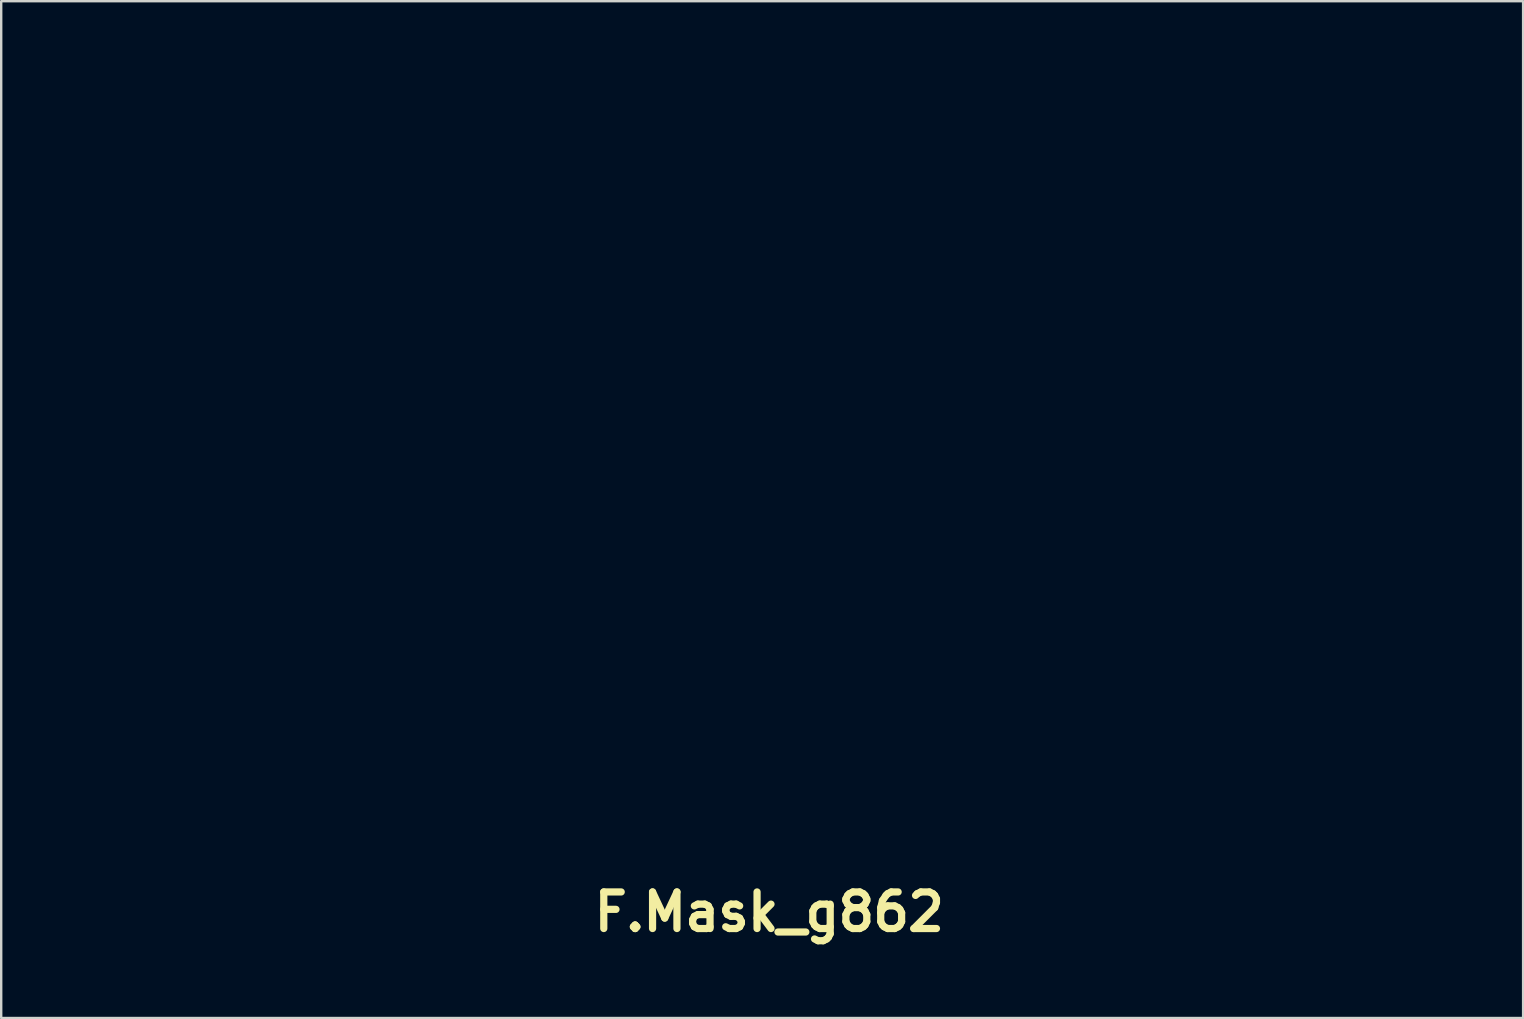
<source format=kicad_pcb>
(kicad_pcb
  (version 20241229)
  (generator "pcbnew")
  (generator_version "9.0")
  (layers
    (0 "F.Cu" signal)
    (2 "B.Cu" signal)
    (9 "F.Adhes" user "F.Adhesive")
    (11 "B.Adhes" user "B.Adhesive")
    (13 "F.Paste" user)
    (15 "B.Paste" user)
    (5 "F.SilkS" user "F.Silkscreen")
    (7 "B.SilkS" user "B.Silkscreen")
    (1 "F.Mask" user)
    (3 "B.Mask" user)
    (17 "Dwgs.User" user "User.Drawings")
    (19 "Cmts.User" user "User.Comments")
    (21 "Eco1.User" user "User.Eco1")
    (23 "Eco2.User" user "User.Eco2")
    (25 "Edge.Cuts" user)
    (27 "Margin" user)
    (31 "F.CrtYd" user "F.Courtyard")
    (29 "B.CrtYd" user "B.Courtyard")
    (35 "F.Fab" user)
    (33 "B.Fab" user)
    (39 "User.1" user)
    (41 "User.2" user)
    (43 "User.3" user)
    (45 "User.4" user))
  (footprint "F.Mask_g862"
    (layer "F.Cu")
    (at 29.002 34.949)
    (property "Reference" "F.Mask_g862" (at 0 0 0) (layer "F.SilkS") (effects (font (size 1.524 1.524) (thickness 0.3))))
    (attr through_hole)
    (fp_poly (pts (xy -8.072 -34.923) (xy -8.054 -34.864) (xy -8.025 -34.77) (xy -7.987 -34.644) (xy -7.939 -34.487) (xy -7.884 -34.303) (xy -7.821 -34.095) (xy -7.752 -33.865) (xy -7.677 -33.616) (xy -7.598 -33.351) (xy -7.514 -33.071) (xy -7.441 -32.83) (xy -7.355 -32.541) (xy -7.272 -32.264) (xy -7.193 -32.001) (xy -7.119 -31.755) (xy -7.051 -31.529) (xy -6.99 -31.325) (xy -6.936 -31.146) (xy -6.89 -30.994) (xy -6.854 -30.873) (xy -6.827 -30.785) (xy -6.811 -30.732) (xy -6.806 -30.718) (xy -6.785 -30.722) (xy -6.727 -30.738) (xy -6.635 -30.763) (xy -6.512 -30.796) (xy -6.362 -30.838) (xy -6.187 -30.886) (xy -5.991 -30.94) (xy -5.778 -30.999) (xy -5.55 -31.062) (xy -5.311 -31.129) (xy -5.064 -31.197) (xy -4.813 -31.267) (xy -4.561 -31.337) (xy -4.31 -31.407) (xy -4.065 -31.475) (xy -3.829 -31.541) (xy -3.605 -31.604) (xy -3.396 -31.662) (xy -3.206 -31.716) (xy -3.037 -31.763) (xy -2.894 -31.804) (xy -2.779 -31.836) (xy -2.696 -31.86) (xy -2.648 -31.874) (xy -2.641 -31.877) (xy -2.599 -31.886) (xy -2.582 -31.881) (xy -2.596 -31.864) (xy -2.637 -31.817) (xy -2.703 -31.744) (xy -2.793 -31.646) (xy -2.903 -31.525) (xy -3.033 -31.383) (xy -3.181 -31.223) (xy -3.344 -31.045) (xy -3.521 -30.853) (xy -3.71 -30.648) (xy -3.909 -30.433) (xy -4.109 -30.217) (xy -5.635 -28.569) (xy -3.955 -26.887) (xy -3.688 -26.619) (xy -3.449 -26.379) (xy -3.238 -26.167) (xy -3.052 -25.98) (xy -2.892 -25.817) (xy -2.755 -25.677) (xy -2.639 -25.559) (xy -2.545 -25.461) (xy -2.469 -25.382) (xy -2.412 -25.319) (xy -2.372 -25.273) (xy -2.346 -25.241) (xy -2.335 -25.223) (xy -2.336 -25.216) (xy -2.339 -25.216) (xy -2.367 -25.224) (xy -2.434 -25.242) (xy -2.536 -25.271) (xy -2.67 -25.309) (xy -2.834 -25.356) (xy -3.025 -25.411) (xy -3.24 -25.473) (xy -3.477 -25.542) (xy -3.732 -25.616) (xy -4.004 -25.695) (xy -4.289 -25.777) (xy -4.585 -25.864) (xy -4.593 -25.866) (xy -4.889 -25.952) (xy -5.174 -26.035) (xy -5.446 -26.114) (xy -5.701 -26.188) (xy -5.938 -26.256) (xy -6.153 -26.318) (xy -6.343 -26.373) (xy -6.507 -26.421) (xy -6.641 -26.459) (xy -6.742 -26.488) (xy -6.808 -26.506) (xy -6.837 -26.514) (xy -6.837 -26.514) (xy -6.89 -26.524) (xy -7.459 -24.253) (xy -7.535 -23.951) (xy -7.608 -23.66) (xy -7.678 -23.384) (xy -7.743 -23.124) (xy -7.804 -22.884) (xy -7.86 -22.665) (xy -7.91 -22.471) (xy -7.953 -22.305) (xy -7.988 -22.169) (xy -8.015 -22.065) (xy -8.034 -21.996) (xy -8.043 -21.966) (xy -8.044 -21.964) (xy -8.06 -21.968) (xy -8.072 -21.996) (xy -8.085 -22.043) (xy -8.108 -22.126) (xy -8.14 -22.241) (xy -8.18 -22.386) (xy -8.227 -22.555) (xy -8.281 -22.748) (xy -8.341 -22.96) (xy -8.405 -23.188) (xy -8.473 -23.43) (xy -8.543 -23.681) (xy -8.616 -23.939) (xy -8.689 -24.201) (xy -8.763 -24.463) (xy -8.836 -24.723) (xy -8.908 -24.976) (xy -8.977 -25.221) (xy -9.042 -25.453) (xy -9.104 -25.67) (xy -9.16 -25.868) (xy -9.21 -26.044) (xy -9.253 -26.196) (xy -9.288 -26.319) (xy -9.314 -26.411) (xy -9.331 -26.469) (xy -9.337 -26.489) (xy -9.358 -26.484) (xy -9.417 -26.47) (xy -9.512 -26.445) (xy -9.64 -26.412) (xy -9.797 -26.371) (xy -9.983 -26.322) (xy -10.193 -26.266) (xy -10.425 -26.204) (xy -10.676 -26.136) (xy -10.944 -26.064) (xy -11.226 -25.988) (xy -11.492 -25.917) (xy -11.784 -25.838) (xy -12.065 -25.762) (xy -12.332 -25.69) (xy -12.582 -25.624) (xy -12.812 -25.562) (xy -13.02 -25.507) (xy -13.202 -25.459) (xy -13.358 -25.418) (xy -13.482 -25.386) (xy -13.574 -25.362) (xy -13.63 -25.349) (xy -13.647 -25.345) (xy -13.634 -25.361) (xy -13.593 -25.405) (xy -13.527 -25.474) (xy -13.438 -25.567) (xy -13.328 -25.68) (xy -13.199 -25.812) (xy -13.054 -25.96) (xy -12.895 -26.122) (xy -12.724 -26.295) (xy -12.543 -26.478) (xy -12.497 -26.525) (xy -12.301 -26.723) (xy -12.104 -26.922) (xy -11.91 -27.118) (xy -11.722 -27.308) (xy -11.544 -27.488) (xy -11.379 -27.655) (xy -11.23 -27.805) (xy -11.101 -27.935) (xy -10.996 -28.041) (xy -10.928 -28.11) (xy -10.519 -28.523) (xy -12.065 -30.131) (xy -12.275 -30.35) (xy -12.476 -30.56) (xy -12.667 -30.759) (xy -12.845 -30.946) (xy -13.009 -31.118) (xy -13.157 -31.274) (xy -13.286 -31.41) (xy -13.395 -31.526) (xy -13.483 -31.62) (xy -13.546 -31.689) (xy -13.584 -31.731) (xy -13.594 -31.745) (xy -13.573 -31.74) (xy -13.513 -31.727) (xy -13.419 -31.704) (xy -13.294 -31.674) (xy -13.141 -31.637) (xy -12.963 -31.594) (xy -12.764 -31.546) (xy -12.546 -31.493) (xy -12.314 -31.436) (xy -12.07 -31.377) (xy -11.818 -31.315) (xy -11.561 -31.252) (xy -11.302 -31.189) (xy -11.045 -31.126) (xy -10.793 -31.064) (xy -10.548 -31.004) (xy -10.316 -30.947) (xy -10.097 -30.893) (xy -9.897 -30.843) (xy -9.718 -30.799) (xy -9.564 -30.761) (xy -9.438 -30.729) (xy -9.342 -30.705) (xy -9.281 -30.689) (xy -9.259 -30.683) (xy -9.25 -30.702) (xy -9.23 -30.76) (xy -9.201 -30.856) (xy -9.163 -30.989) (xy -9.115 -31.157) (xy -9.059 -31.359) (xy -8.995 -31.593) (xy -8.923 -31.858) (xy -8.844 -32.151) (xy -8.758 -32.473) (xy -8.67 -32.805) (xy -8.592 -33.097) (xy -8.517 -33.377) (xy -8.446 -33.643) (xy -8.38 -33.891) (xy -8.319 -34.12) (xy -8.263 -34.327) (xy -8.214 -34.508) (xy -8.173 -34.662) (xy -8.139 -34.785) (xy -8.115 -34.875) (xy -8.099 -34.929) (xy -8.094 -34.944) (xy -8.079 -34.944) (xy -8.072 -34.923)) (stroke (width 0.01) (type solid)) (fill yes) (layer "F.Mask"))
    (fp_poly (pts (xy 22.632 -34.934) (xy 22.64 -34.911) (xy 22.659 -34.851) (xy 22.688 -34.755) (xy 22.727 -34.627) (xy 22.775 -34.47) (xy 22.831 -34.285) (xy 22.895 -34.076) (xy 22.964 -33.845) (xy 23.04 -33.595) (xy 23.12 -33.33) (xy 23.204 -33.05) (xy 23.273 -32.819) (xy 23.36 -32.531) (xy 23.443 -32.255) (xy 23.521 -31.993) (xy 23.595 -31.748) (xy 23.663 -31.522) (xy 23.724 -31.319) (xy 23.778 -31.141) (xy 23.824 -30.99) (xy 23.86 -30.87) (xy 23.887 -30.783) (xy 23.903 -30.731) (xy 23.907 -30.718) (xy 23.928 -30.722) (xy 23.986 -30.738) (xy 24.078 -30.763) (xy 24.201 -30.796) (xy 24.351 -30.838) (xy 24.526 -30.886) (xy 24.722 -30.94) (xy 24.935 -30.999) (xy 25.163 -31.062) (xy 25.402 -31.129) (xy 25.649 -31.197) (xy 25.9 -31.267) (xy 26.152 -31.337) (xy 26.402 -31.407) (xy 26.647 -31.475) (xy 26.884 -31.541) (xy 27.108 -31.604) (xy 27.317 -31.663) (xy 27.507 -31.716) (xy 27.675 -31.763) (xy 27.819 -31.804) (xy 27.934 -31.836) (xy 28.017 -31.86) (xy 28.064 -31.874) (xy 28.072 -31.877) (xy 28.113 -31.886) (xy 28.131 -31.881) (xy 28.116 -31.864) (xy 28.075 -31.818) (xy 28.009 -31.745) (xy 27.92 -31.646) (xy 27.81 -31.525) (xy 27.68 -31.384) (xy 27.532 -31.223) (xy 27.369 -31.046) (xy 27.192 -30.854) (xy 27.003 -30.649) (xy 26.804 -30.434) (xy 26.604 -30.218) (xy 25.077 -28.57) (xy 26.757 -26.89) (xy 26.978 -26.668) (xy 27.19 -26.455) (xy 27.392 -26.253) (xy 27.58 -26.063) (xy 27.754 -25.887) (xy 27.911 -25.727) (xy 28.05 -25.585) (xy 28.169 -25.463) (xy 28.266 -25.363) (xy 28.339 -25.286) (xy 28.386 -25.235) (xy 28.406 -25.211) (xy 28.406 -25.209) (xy 28.382 -25.215) (xy 28.32 -25.232) (xy 28.223 -25.259) (xy 28.093 -25.296) (xy 27.932 -25.342) (xy 27.744 -25.396) (xy 27.532 -25.457) (xy 27.297 -25.525) (xy 27.042 -25.598) (xy 26.771 -25.677) (xy 26.485 -25.76) (xy 26.187 -25.846) (xy 26.12 -25.866) (xy 25.82 -25.953) (xy 25.532 -26.036) (xy 25.257 -26.116) (xy 25 -26.191) (xy 24.761 -26.26) (xy 24.544 -26.322) (xy 24.351 -26.378) (xy 24.186 -26.425) (xy 24.05 -26.464) (xy 23.946 -26.494) (xy 23.877 -26.513) (xy 23.845 -26.522) (xy 23.843 -26.522) (xy 23.836 -26.502) (xy 23.818 -26.443) (xy 23.792 -26.349) (xy 23.758 -26.221) (xy 23.716 -26.063) (xy 23.667 -25.877) (xy 23.612 -25.665) (xy 23.552 -25.43) (xy 23.487 -25.176) (xy 23.418 -24.904) (xy 23.345 -24.617) (xy 23.27 -24.317) (xy 23.253 -24.252) (xy 23.177 -23.95) (xy 23.104 -23.659) (xy 23.034 -23.383) (xy 22.969 -23.123) (xy 22.908 -22.883) (xy 22.852 -22.665) (xy 22.802 -22.471) (xy 22.76 -22.305) (xy 22.724 -22.168) (xy 22.697 -22.065) (xy 22.679 -21.996) (xy 22.67 -21.966) (xy 22.669 -21.964) (xy 22.659 -21.979) (xy 22.64 -22.029) (xy 22.614 -22.109) (xy 22.581 -22.213) (xy 22.545 -22.337) (xy 22.522 -22.419) (xy 22.495 -22.513) (xy 22.459 -22.643) (xy 22.413 -22.806) (xy 22.36 -22.997) (xy 22.299 -23.214) (xy 22.232 -23.45) (xy 22.161 -23.704) (xy 22.087 -23.97) (xy 22.01 -24.245) (xy 21.932 -24.524) (xy 21.886 -24.687) (xy 21.811 -24.954) (xy 21.739 -25.209) (xy 21.672 -25.449) (xy 21.609 -25.672) (xy 21.552 -25.874) (xy 21.501 -26.052) (xy 21.458 -26.204) (xy 21.423 -26.327) (xy 21.397 -26.417) (xy 21.381 -26.472) (xy 21.375 -26.489) (xy 21.354 -26.485) (xy 21.295 -26.47) (xy 21.2 -26.446) (xy 21.073 -26.412) (xy 20.915 -26.371) (xy 20.73 -26.322) (xy 20.52 -26.266) (xy 20.288 -26.204) (xy 20.037 -26.136) (xy 19.769 -26.064) (xy 19.487 -25.988) (xy 19.221 -25.917) (xy 18.928 -25.838) (xy 18.647 -25.762) (xy 18.381 -25.69) (xy 18.131 -25.624) (xy 17.901 -25.562) (xy 17.693 -25.507) (xy 17.51 -25.459) (xy 17.355 -25.418) (xy 17.23 -25.386) (xy 17.139 -25.363) (xy 17.083 -25.349) (xy 17.065 -25.346) (xy 17.078 -25.362) (xy 17.119 -25.406) (xy 17.185 -25.475) (xy 17.274 -25.567) (xy 17.383 -25.68) (xy 17.512 -25.811) (xy 17.656 -25.958) (xy 17.814 -26.119) (xy 17.984 -26.292) (xy 18.164 -26.473) (xy 18.184 -26.494) (xy 18.379 -26.691) (xy 18.576 -26.889) (xy 18.77 -27.086) (xy 18.96 -27.277) (xy 19.14 -27.459) (xy 19.307 -27.628) (xy 19.458 -27.781) (xy 19.589 -27.913) (xy 19.697 -28.021) (xy 19.753 -28.078) (xy 20.194 -28.523) (xy 18.649 -30.13) (xy 18.439 -30.349) (xy 18.237 -30.559) (xy 18.046 -30.758) (xy 17.867 -30.945) (xy 17.703 -31.117) (xy 17.555 -31.273) (xy 17.425 -31.41) (xy 17.314 -31.526) (xy 17.226 -31.62) (xy 17.162 -31.689) (xy 17.123 -31.731) (xy 17.112 -31.745) (xy 17.133 -31.741) (xy 17.191 -31.728) (xy 17.285 -31.706) (xy 17.409 -31.676) (xy 17.562 -31.639) (xy 17.739 -31.596) (xy 17.938 -31.548) (xy 18.155 -31.496) (xy 18.386 -31.439) (xy 18.63 -31.38) (xy 18.882 -31.318) (xy 19.139 -31.255) (xy 19.397 -31.192) (xy 19.655 -31.129) (xy 19.907 -31.067) (xy 20.152 -31.007) (xy 20.385 -30.949) (xy 20.604 -30.895) (xy 20.805 -30.845) (xy 20.985 -30.801) (xy 21.141 -30.762) (xy 21.269 -30.73) (xy 21.366 -30.705) (xy 21.37 -30.704) (xy 21.477 -30.676) (xy 22.034 -32.774) (xy 22.111 -33.064) (xy 22.185 -33.344) (xy 22.256 -33.609) (xy 22.322 -33.857) (xy 22.383 -34.086) (xy 22.438 -34.293) (xy 22.487 -34.475) (xy 22.528 -34.629) (xy 22.562 -34.753) (xy 22.586 -34.843) (xy 22.601 -34.898) (xy 22.606 -34.913) (xy 22.622 -34.937) (xy 22.632 -34.934)) (stroke (width 0.01) (type solid)) (fill yes) (layer "F.Mask"))
    (fp_poly (pts (xy -23.437 -34.925) (xy -23.417 -34.886) (xy -23.402 -34.841) (xy -23.352 -34.672) (xy -23.294 -34.48) (xy -23.231 -34.268) (xy -23.163 -34.04) (xy -23.09 -33.799) (xy -23.015 -33.548) (xy -22.938 -33.291) (xy -22.859 -33.029) (xy -22.78 -32.767) (xy -22.702 -32.508) (xy -22.625 -32.255) (xy -22.551 -32.01) (xy -22.481 -31.778) (xy -22.415 -31.561) (xy -22.355 -31.362) (xy -22.301 -31.185) (xy -22.255 -31.033) (xy -22.217 -30.909) (xy -22.188 -30.816) (xy -22.17 -30.758) (xy -22.163 -30.736) (xy -22.14 -30.738) (xy -22.076 -30.751) (xy -21.973 -30.776) (xy -21.829 -30.813) (xy -21.645 -30.862) (xy -21.421 -30.922) (xy -21.158 -30.994) (xy -20.855 -31.077) (xy -20.514 -31.172) (xy -20.133 -31.278) (xy -20.044 -31.303) (xy -19.754 -31.384) (xy -19.477 -31.462) (xy -19.213 -31.535) (xy -18.967 -31.604) (xy -18.74 -31.667) (xy -18.536 -31.723) (xy -18.357 -31.772) (xy -18.206 -31.814) (xy -18.085 -31.847) (xy -17.997 -31.87) (xy -17.945 -31.884) (xy -17.932 -31.887) (xy -17.945 -31.871) (xy -17.985 -31.825) (xy -18.05 -31.753) (xy -18.138 -31.656) (xy -18.248 -31.536) (xy -18.377 -31.396) (xy -18.524 -31.236) (xy -18.687 -31.059) (xy -18.864 -30.867) (xy -19.052 -30.663) (xy -19.251 -30.448) (xy -19.459 -30.224) (xy -19.46 -30.222) (xy -20.996 -28.564) (xy -19.319 -26.885) (xy -19.031 -26.596) (xy -18.773 -26.336) (xy -18.544 -26.105) (xy -18.343 -25.902) (xy -18.17 -25.726) (xy -18.025 -25.577) (xy -17.907 -25.455) (xy -17.815 -25.358) (xy -17.75 -25.286) (xy -17.709 -25.24) (xy -17.694 -25.217) (xy -17.695 -25.214) (xy -17.722 -25.222) (xy -17.787 -25.24) (xy -17.888 -25.268) (xy -18.021 -25.306) (xy -18.183 -25.353) (xy -18.374 -25.408) (xy -18.588 -25.47) (xy -18.825 -25.539) (xy -19.081 -25.613) (xy -19.353 -25.692) (xy -19.64 -25.775) (xy -19.937 -25.862) (xy -19.987 -25.876) (xy -20.285 -25.963) (xy -20.572 -26.046) (xy -20.844 -26.125) (xy -21.101 -26.199) (xy -21.337 -26.267) (xy -21.552 -26.328) (xy -21.743 -26.382) (xy -21.906 -26.428) (xy -22.039 -26.465) (xy -22.141 -26.493) (xy -22.207 -26.51) (xy -22.236 -26.517) (xy -22.237 -26.517) (xy -22.244 -26.495) (xy -22.26 -26.435) (xy -22.285 -26.339) (xy -22.318 -26.21) (xy -22.359 -26.051) (xy -22.407 -25.863) (xy -22.462 -25.65) (xy -22.521 -25.415) (xy -22.586 -25.159) (xy -22.655 -24.887) (xy -22.728 -24.599) (xy -22.803 -24.299) (xy -22.819 -24.234) (xy -22.895 -23.932) (xy -22.968 -23.642) (xy -23.038 -23.366) (xy -23.103 -23.107) (xy -23.164 -22.867) (xy -23.219 -22.65) (xy -23.268 -22.457) (xy -23.31 -22.292) (xy -23.345 -22.156) (xy -23.372 -22.053) (xy -23.389 -21.986) (xy -23.398 -21.956) (xy -23.398 -21.955) (xy -23.414 -21.961) (xy -23.416 -21.964) (xy -23.423 -21.987) (xy -23.44 -22.047) (xy -23.468 -22.143) (xy -23.504 -22.272) (xy -23.549 -22.431) (xy -23.602 -22.618) (xy -23.662 -22.83) (xy -23.728 -23.064) (xy -23.799 -23.318) (xy -23.875 -23.589) (xy -23.955 -23.875) (xy -24.038 -24.173) (xy -24.056 -24.236) (xy -24.14 -24.535) (xy -24.22 -24.823) (xy -24.297 -25.097) (xy -24.369 -25.354) (xy -24.435 -25.592) (xy -24.496 -25.807) (xy -24.549 -25.998) (xy -24.595 -26.162) (xy -24.633 -26.296) (xy -24.662 -26.398) (xy -24.681 -26.465) (xy -24.689 -26.494) (xy -24.689 -26.495) (xy -24.71 -26.49) (xy -24.769 -26.475) (xy -24.863 -26.45) (xy -24.99 -26.416) (xy -25.147 -26.374) (xy -25.332 -26.325) (xy -25.541 -26.269) (xy -25.773 -26.207) (xy -26.024 -26.139) (xy -26.292 -26.067) (xy -26.574 -25.991) (xy -26.84 -25.919) (xy -27.132 -25.84) (xy -27.413 -25.764) (xy -27.68 -25.693) (xy -27.93 -25.626) (xy -28.16 -25.565) (xy -28.368 -25.51) (xy -28.551 -25.461) (xy -28.706 -25.421) (xy -28.831 -25.389) (xy -28.923 -25.365) (xy -28.979 -25.352) (xy -28.997 -25.349) (xy -28.984 -25.366) (xy -28.945 -25.409) (xy -28.882 -25.477) (xy -28.797 -25.565) (xy -28.694 -25.671) (xy -28.576 -25.792) (xy -28.446 -25.925) (xy -28.331 -26.041) (xy -28.181 -26.192) (xy -28.007 -26.368) (xy -27.815 -26.561) (xy -27.611 -26.766) (xy -27.402 -26.977) (xy -27.192 -27.188) (xy -26.989 -27.393) (xy -26.798 -27.586) (xy -26.762 -27.622) (xy -25.869 -28.522) (xy -27.415 -30.127) (xy -27.625 -30.345) (xy -27.827 -30.555) (xy -28.018 -30.754) (xy -28.197 -30.941) (xy -28.361 -31.113) (xy -28.509 -31.269) (xy -28.639 -31.406) (xy -28.749 -31.522) (xy -28.837 -31.616) (xy -28.901 -31.685) (xy -28.939 -31.728) (xy -28.95 -31.741) (xy -28.929 -31.738) (xy -28.869 -31.725) (xy -28.774 -31.703) (xy -28.645 -31.672) (xy -28.486 -31.635) (xy -28.3 -31.59) (xy -28.089 -31.539) (xy -27.856 -31.482) (xy -27.603 -31.42) (xy -27.334 -31.354) (xy -27.05 -31.284) (xy -26.795 -31.222) (xy -26.501 -31.149) (xy -26.219 -31.079) (xy -25.95 -31.013) (xy -25.698 -30.952) (xy -25.466 -30.895) (xy -25.256 -30.844) (xy -25.071 -30.799) (xy -24.914 -30.761) (xy -24.787 -30.731) (xy -24.694 -30.709) (xy -24.636 -30.696) (xy -24.618 -30.692) (xy -24.61 -30.7) (xy -24.598 -30.727) (xy -24.581 -30.774) (xy -24.56 -30.842) (xy -24.532 -30.934) (xy -24.498 -31.052) (xy -24.457 -31.198) (xy -24.409 -31.373) (xy -24.353 -31.579) (xy -24.288 -31.819) (xy -24.215 -32.093) (xy -24.132 -32.405) (xy -24.039 -32.755) (xy -24.026 -32.803) (xy -23.949 -33.094) (xy -23.875 -33.373) (xy -23.804 -33.638) (xy -23.738 -33.886) (xy -23.677 -34.114) (xy -23.621 -34.32) (xy -23.572 -34.501) (xy -23.53 -34.654) (xy -23.497 -34.776) (xy -23.472 -34.865) (xy -23.456 -34.918) (xy -23.451 -34.933) (xy -23.437 -34.925)) (stroke (width 0.01) (type solid)) (fill yes) (layer "F.Mask"))
    (fp_poly (pts (xy 7.276 -34.925) (xy 7.296 -34.886) (xy 7.309 -34.848) (xy 7.383 -34.6) (xy 7.461 -34.338) (xy 7.542 -34.067) (xy 7.625 -33.788) (xy 7.71 -33.505) (xy 7.795 -33.221) (xy 7.88 -32.939) (xy 7.964 -32.661) (xy 8.045 -32.39) (xy 8.123 -32.13) (xy 8.198 -31.883) (xy 8.268 -31.652) (xy 8.332 -31.44) (xy 8.389 -31.25) (xy 8.44 -31.085) (xy 8.482 -30.948) (xy 8.514 -30.842) (xy 8.537 -30.769) (xy 8.549 -30.733) (xy 8.55 -30.729) (xy 8.572 -30.732) (xy 8.632 -30.747) (xy 8.727 -30.771) (xy 8.855 -30.804) (xy 9.012 -30.847) (xy 9.197 -30.896) (xy 9.407 -30.953) (xy 9.638 -31.017) (xy 9.888 -31.086) (xy 10.155 -31.16) (xy 10.435 -31.238) (xy 10.669 -31.303) (xy 10.958 -31.384) (xy 11.236 -31.462) (xy 11.499 -31.535) (xy 11.746 -31.604) (xy 11.972 -31.667) (xy 12.177 -31.723) (xy 12.356 -31.772) (xy 12.507 -31.814) (xy 12.628 -31.847) (xy 12.716 -31.87) (xy 12.767 -31.884) (xy 12.781 -31.887) (xy 12.768 -31.871) (xy 12.728 -31.826) (xy 12.663 -31.754) (xy 12.574 -31.657) (xy 12.465 -31.537) (xy 12.335 -31.396) (xy 12.188 -31.236) (xy 12.026 -31.059) (xy 11.849 -30.868) (xy 11.66 -30.663) (xy 11.461 -30.448) (xy 11.254 -30.224) (xy 11.252 -30.223) (xy 9.716 -28.564) (xy 11.393 -26.885) (xy 11.681 -26.596) (xy 11.939 -26.337) (xy 12.168 -26.106) (xy 12.369 -25.903) (xy 12.542 -25.727) (xy 12.687 -25.578) (xy 12.805 -25.456) (xy 12.896 -25.359) (xy 12.962 -25.287) (xy 13.003 -25.24) (xy 13.019 -25.217) (xy 13.018 -25.214) (xy 12.99 -25.222) (xy 12.925 -25.24) (xy 12.825 -25.268) (xy 12.692 -25.306) (xy 12.529 -25.353) (xy 12.339 -25.408) (xy 12.124 -25.47) (xy 11.888 -25.538) (xy 11.632 -25.613) (xy 11.359 -25.692) (xy 11.073 -25.775) (xy 10.775 -25.861) (xy 10.726 -25.876) (xy 10.428 -25.963) (xy 10.141 -26.046) (xy 9.868 -26.125) (xy 9.612 -26.198) (xy 9.375 -26.266) (xy 9.16 -26.328) (xy 8.97 -26.382) (xy 8.807 -26.428) (xy 8.673 -26.465) (xy 8.572 -26.493) (xy 8.505 -26.51) (xy 8.476 -26.516) (xy 8.475 -26.516) (xy 8.469 -26.495) (xy 8.452 -26.435) (xy 8.427 -26.339) (xy 8.394 -26.21) (xy 8.353 -26.05) (xy 8.305 -25.863) (xy 8.25 -25.65) (xy 8.191 -25.415) (xy 8.126 -25.16) (xy 8.057 -24.888) (xy 7.984 -24.601) (xy 7.909 -24.302) (xy 7.896 -24.25) (xy 7.82 -23.949) (xy 7.747 -23.659) (xy 7.678 -23.383) (xy 7.612 -23.124) (xy 7.552 -22.884) (xy 7.497 -22.666) (xy 7.448 -22.473) (xy 7.406 -22.307) (xy 7.371 -22.171) (xy 7.345 -22.068) (xy 7.328 -22) (xy 7.32 -21.97) (xy 7.319 -21.969) (xy 7.305 -21.955) (xy 7.299 -21.961) (xy 7.291 -21.984) (xy 7.274 -22.045) (xy 7.246 -22.141) (xy 7.209 -22.271) (xy 7.164 -22.43) (xy 7.111 -22.617) (xy 7.051 -22.829) (xy 6.985 -23.064) (xy 6.914 -23.318) (xy 6.837 -23.59) (xy 6.757 -23.876) (xy 6.674 -24.173) (xy 6.656 -24.236) (xy 6.573 -24.535) (xy 6.492 -24.823) (xy 6.415 -25.097) (xy 6.343 -25.354) (xy 6.277 -25.592) (xy 6.216 -25.807) (xy 6.163 -25.998) (xy 6.117 -26.162) (xy 6.079 -26.296) (xy 6.051 -26.398) (xy 6.032 -26.465) (xy 6.023 -26.494) (xy 6.023 -26.495) (xy 6.003 -26.49) (xy 5.944 -26.475) (xy 5.85 -26.45) (xy 5.723 -26.416) (xy 5.566 -26.374) (xy 5.381 -26.325) (xy 5.172 -26.269) (xy 4.94 -26.207) (xy 4.689 -26.139) (xy 4.421 -26.067) (xy 4.139 -25.991) (xy 3.873 -25.919) (xy 3.581 -25.84) (xy 3.3 -25.764) (xy 3.033 -25.693) (xy 2.783 -25.626) (xy 2.553 -25.565) (xy 2.345 -25.51) (xy 2.162 -25.461) (xy 2.007 -25.421) (xy 1.882 -25.389) (xy 1.79 -25.365) (xy 1.734 -25.352) (xy 1.716 -25.349) (xy 1.717 -25.352) (xy 1.722 -25.36) (xy 1.733 -25.374) (xy 1.751 -25.395) (xy 1.779 -25.424) (xy 1.816 -25.464) (xy 1.866 -25.515) (xy 1.928 -25.579) (xy 2.005 -25.657) (xy 2.097 -25.752) (xy 2.207 -25.863) (xy 2.335 -25.993) (xy 2.483 -26.142) (xy 2.652 -26.313) (xy 2.844 -26.507) (xy 3.06 -26.725) (xy 3.302 -26.969) (xy 3.57 -27.239) (xy 3.867 -27.538) (xy 3.919 -27.591) (xy 4.844 -28.522) (xy 4.027 -29.369) (xy 3.718 -29.689) (xy 3.438 -29.98) (xy 3.184 -30.243) (xy 2.956 -30.479) (xy 2.753 -30.691) (xy 2.573 -30.878) (xy 2.414 -31.043) (xy 2.277 -31.187) (xy 2.159 -31.311) (xy 2.058 -31.416) (xy 1.975 -31.503) (xy 1.908 -31.575) (xy 1.855 -31.632) (xy 1.815 -31.675) (xy 1.787 -31.707) (xy 1.77 -31.727) (xy 1.762 -31.738) (xy 1.762 -31.741) (xy 1.783 -31.737) (xy 1.843 -31.724) (xy 1.939 -31.702) (xy 2.067 -31.672) (xy 2.226 -31.634) (xy 2.413 -31.589) (xy 2.624 -31.538) (xy 2.857 -31.482) (xy 3.11 -31.42) (xy 3.38 -31.354) (xy 3.663 -31.284) (xy 3.925 -31.22) (xy 4.219 -31.147) (xy 4.502 -31.078) (xy 4.77 -31.012) (xy 5.022 -30.951) (xy 5.255 -30.895) (xy 5.465 -30.844) (xy 5.65 -30.8) (xy 5.807 -30.763) (xy 5.934 -30.734) (xy 6.027 -30.713) (xy 6.085 -30.701) (xy 6.103 -30.698) (xy 6.112 -30.72) (xy 6.131 -30.779) (xy 6.16 -30.875) (xy 6.197 -31.004) (xy 6.242 -31.164) (xy 6.294 -31.353) (xy 6.353 -31.567) (xy 6.417 -31.804) (xy 6.487 -32.061) (xy 6.561 -32.337) (xy 6.639 -32.629) (xy 6.687 -32.811) (xy 6.764 -33.101) (xy 6.838 -33.38) (xy 6.909 -33.644) (xy 6.975 -33.892) (xy 7.037 -34.119) (xy 7.092 -34.325) (xy 7.141 -34.505) (xy 7.183 -34.657) (xy 7.216 -34.779) (xy 7.241 -34.867) (xy 7.257 -34.919) (xy 7.262 -34.933) (xy 7.276 -34.925)) (stroke (width 0.01) (type solid)) (fill yes) (layer "F.Mask")))
  (gr_rect
    (start -3 -3)
    (end 60.413 39.367)
    (stroke (width 0.1) (type default))
    (fill no)
    (layer "Edge.Cuts")))
</source>
